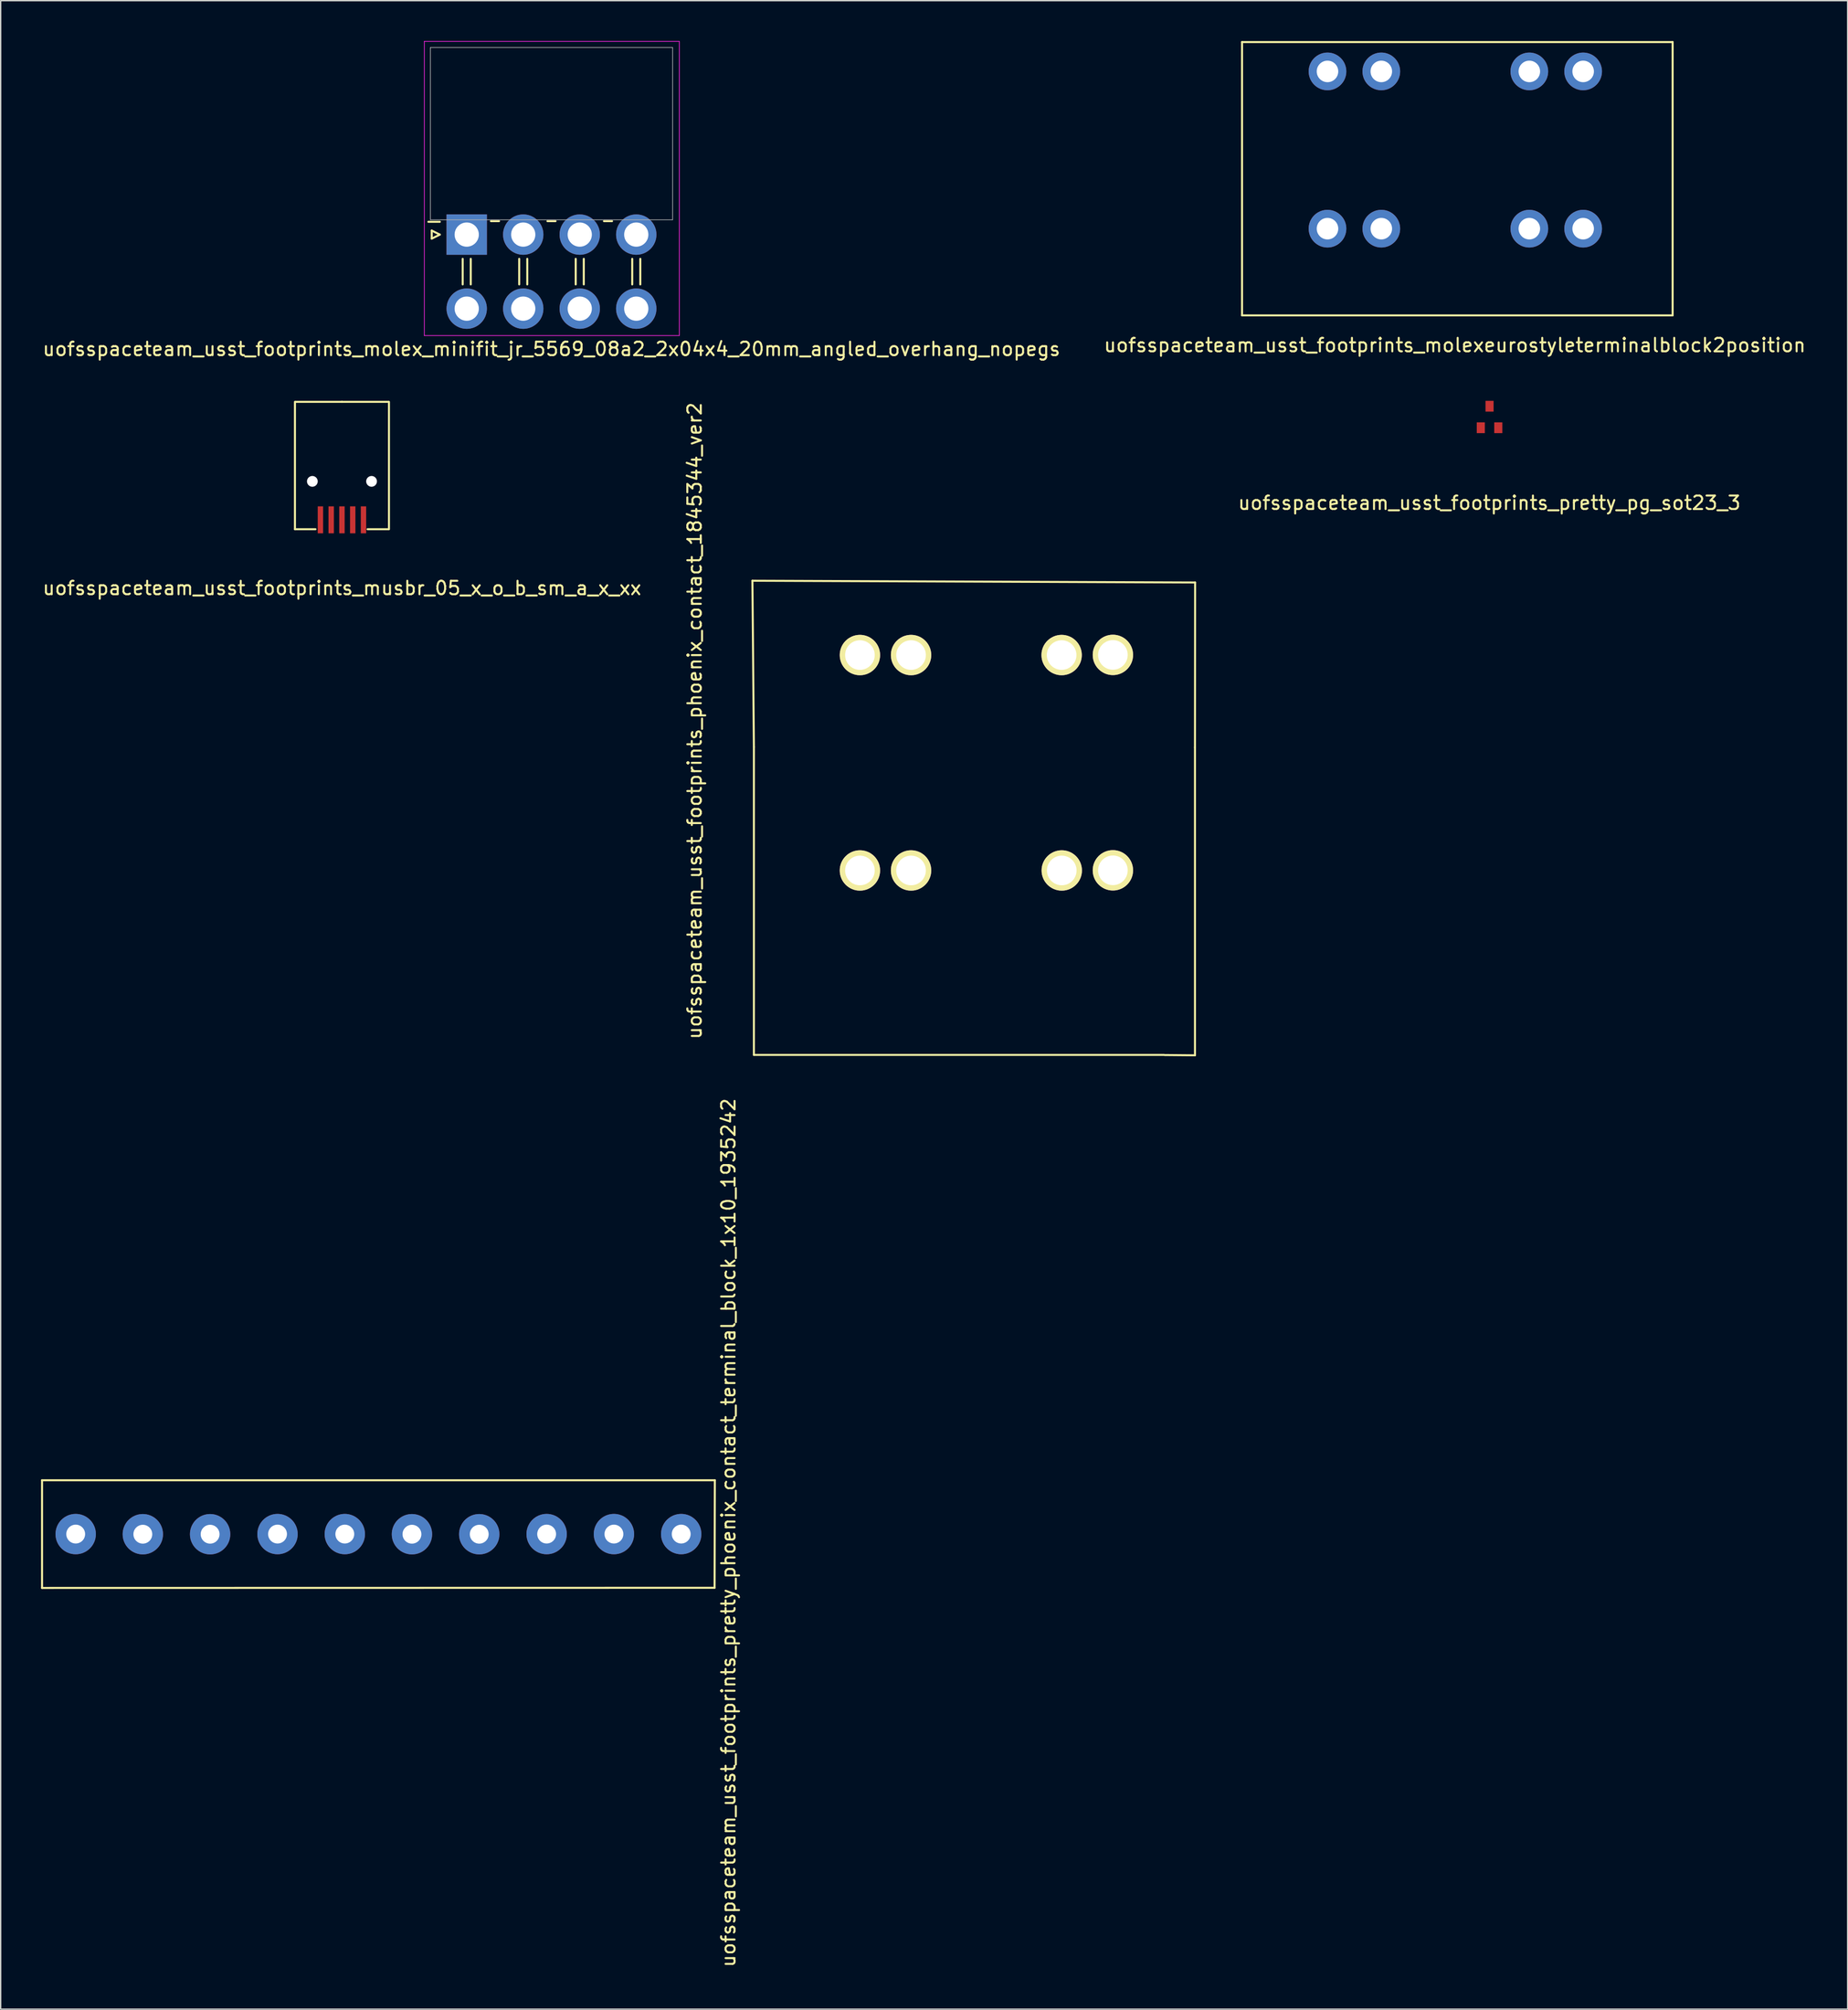
<source format=kicad_pcb>
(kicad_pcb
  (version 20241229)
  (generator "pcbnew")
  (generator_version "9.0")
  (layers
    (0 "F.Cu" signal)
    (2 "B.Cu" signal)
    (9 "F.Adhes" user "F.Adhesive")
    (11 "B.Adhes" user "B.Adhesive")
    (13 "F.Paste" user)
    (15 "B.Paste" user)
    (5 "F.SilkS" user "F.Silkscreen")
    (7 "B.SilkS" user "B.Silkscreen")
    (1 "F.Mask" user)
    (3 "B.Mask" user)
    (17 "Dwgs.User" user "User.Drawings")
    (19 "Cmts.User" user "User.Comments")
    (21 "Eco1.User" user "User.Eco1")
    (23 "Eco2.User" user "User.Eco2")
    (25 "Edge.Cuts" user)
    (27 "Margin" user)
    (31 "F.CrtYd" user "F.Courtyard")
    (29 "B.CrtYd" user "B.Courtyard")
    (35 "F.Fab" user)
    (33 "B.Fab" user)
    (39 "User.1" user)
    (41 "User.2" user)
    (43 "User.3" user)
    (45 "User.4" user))
  (footprint "uofsspaceteam_usst_footprints_molexeurostyleterminalblock2position"
    (layer "F.Cu")
    (at 105.255 20.375)
    (property "Reference" "uofsspaceteam_usst_footprints_molexeurostyleterminalblock2position" (at -0.19 2.215 0) (layer "F.SilkS") (effects (font (size 1 1) (thickness 0.15))))
    (attr through_hole)
    (fp_line (start -16 0) (end -16 -20.3) (stroke (width 0.15) (type solid)) (layer "F.SilkS"))
    (fp_line (start 16 -20.3) (end -16 -20.3) (stroke (width 0.15) (type solid)) (layer "F.SilkS"))
    (fp_line (start 16 0) (end -16 0) (stroke (width 0.15) (type solid)) (layer "F.SilkS"))
    (fp_line (start 16 0) (end 16 -20.3) (stroke (width 0.15) (type solid)) (layer "F.SilkS"))
    (pad "1" thru_hole circle (at -9.65 -18.12) (size 2.8 2.8) (drill 1.6) (layers "*.Cu" "*.Mask"))
    (pad "1" thru_hole circle (at -9.65 -6.44) (size 2.8 2.8) (drill 1.6) (layers "*.Cu" "*.Mask"))
    (pad "1" thru_hole circle (at -5.65 -18.12) (size 2.8 2.8) (drill 1.6) (layers "*.Cu" "*.Mask"))
    (pad "1" thru_hole circle (at -5.65 -6.44) (size 2.8 2.8) (drill 1.6) (layers "*.Cu" "*.Mask"))
    (pad "2" thru_hole circle (at 5.35 -18.12) (size 2.8 2.8) (drill 1.6) (layers "*.Cu" "*.Mask"))
    (pad "2" thru_hole circle (at 5.35 -6.44) (size 2.8 2.8) (drill 1.6) (layers "*.Cu" "*.Mask"))
    (pad "2" thru_hole circle (at 9.35 -18.12) (size 2.8 2.8) (drill 1.6) (layers "*.Cu" "*.Mask"))
    (pad "2" thru_hole circle (at 9.35 -6.44) (size 2.8 2.8) (drill 1.6) (layers "*.Cu" "*.Mask")))
  (footprint "uofsspaceteam_usst_footprints_musbr_05_x_o_b_sm_a_x_xx"
    (layer "F.Cu")
    (at 22.363 40.133)
    (property "Reference" "uofsspaceteam_usst_footprints_musbr_05_x_o_b_sm_a_x_xx" (at 0 0.5 0) (layer "F.SilkS") (effects (font (size 1 1) (thickness 0.15))))
    (attr through_hole)
    (fp_line (start -3.493 -13.335) (end -3.493 -3.873) (stroke (width 0.15) (type solid)) (layer "F.SilkS"))
    (fp_line (start -3.493 -3.873) (end -1.968 -3.873) (stroke (width 0.15) (type solid)) (layer "F.SilkS"))
    (fp_line (start -3.45 -13.335) (end 0 -13.335) (stroke (width 0.15) (type solid)) (layer "F.SilkS"))
    (fp_line (start 0 -13.335) (end 3.45 -13.335) (stroke (width 0.15) (type solid)) (layer "F.SilkS"))
    (fp_line (start 1.905 -3.873) (end 3.493 -3.873) (stroke (width 0.15) (type solid)) (layer "F.SilkS"))
    (fp_line (start 3.493 -13.335) (end 3.493 -3.935) (stroke (width 0.15) (type solid)) (layer "F.SilkS"))
    (pad "" np_thru_hole circle (at -2.2 -7.429) (size 0.8 0.8) (drill 0.8) (layers "*.Cu" "*.Mask"))
    (pad "" np_thru_hole circle (at 2.2 -7.429) (size 0.8 0.8) (drill 0.8) (layers "*.Cu" "*.Mask"))
    (pad "1" smd rect (at -1.6 -4.572) (size 0.4 2) (layers "F.Cu" "F.Mask" "F.Paste"))
    (pad "2" smd rect (at -0.8 -4.572) (size 0.4 2) (layers "F.Cu" "F.Mask" "F.Paste"))
    (pad "3" smd rect (at 0 -4.572) (size 0.4 2) (layers "F.Cu" "F.Mask" "F.Paste"))
    (pad "4" smd rect (at 0.8 -4.572) (size 0.4 2) (layers "F.Cu" "F.Mask" "F.Paste"))
    (pad "5" smd rect (at 1.6 -4.572) (size 0.4 2) (layers "F.Cu" "F.Mask" "F.Paste")))
  (footprint "uofsspaceteam_usst_footprints_molex_minifit_jr_5569_08a2_2x04x4_20mm_angled_overhang_nopegs"
    (layer "F.Cu")
    (at 31.635 14.375)
    (property "Reference" "uofsspaceteam_usst_footprints_molex_minifit_jr_5569_08a2_2x04x4_20mm_angled_overhang_nopegs" (at 6.3 8.5 0) (layer "F.SilkS") (effects (font (size 1 1) (thickness 0.15))))
    (attr through_hole)
    (fp_line (start -2.6 -0.3) (end -2 0) (stroke (width 0.15) (type solid)) (layer "F.SilkS"))
    (fp_line (start -2.6 0.3) (end -2.6 -0.3) (stroke (width 0.15) (type solid)) (layer "F.SilkS"))
    (fp_line (start -2 -0.95) (end -2.85 -0.95) (stroke (width 0.15) (type solid)) (layer "F.SilkS"))
    (fp_line (start -2 0) (end -2.6 0.3) (stroke (width 0.15) (type solid)) (layer "F.SilkS"))
    (fp_line (start -0.3 1.8) (end -0.3 3.7) (stroke (width 0.15) (type solid)) (layer "F.SilkS"))
    (fp_line (start 0.3 1.8) (end 0.3 3.7) (stroke (width 0.15) (type solid)) (layer "F.SilkS"))
    (fp_line (start 1.8 -1) (end 2.4 -1) (stroke (width 0.15) (type solid)) (layer "F.SilkS"))
    (fp_line (start 3.9 1.8) (end 3.9 3.7) (stroke (width 0.15) (type solid)) (layer "F.SilkS"))
    (fp_line (start 4.5 1.8) (end 4.5 3.7) (stroke (width 0.15) (type solid)) (layer "F.SilkS"))
    (fp_line (start 6 -1) (end 6.6 -1) (stroke (width 0.15) (type solid)) (layer "F.SilkS"))
    (fp_line (start 8.1 1.8) (end 8.1 3.7) (stroke (width 0.15) (type solid)) (layer "F.SilkS"))
    (fp_line (start 8.7 1.8) (end 8.7 3.7) (stroke (width 0.15) (type solid)) (layer "F.SilkS"))
    (fp_line (start 10.2 -1) (end 10.8 -1) (stroke (width 0.15) (type solid)) (layer "F.SilkS"))
    (fp_line (start 12.3 1.8) (end 12.3 3.7) (stroke (width 0.15) (type solid)) (layer "F.SilkS"))
    (fp_line (start 12.9 1.8) (end 12.9 3.7) (stroke (width 0.15) (type solid)) (layer "F.SilkS"))
    (fp_line (start -3.15 -14.35) (end -3.15 7.5) (stroke (width 0.05) (type solid)) (layer "F.CrtYd"))
    (fp_line (start -3.15 7.5) (end 15.8 7.5) (stroke (width 0.05) (type solid)) (layer "F.CrtYd"))
    (fp_line (start 15.8 -14.35) (end -3.15 -14.35) (stroke (width 0.05) (type solid)) (layer "F.CrtYd"))
    (fp_line (start 15.8 7.5) (end 15.8 -14.35) (stroke (width 0.05) (type solid)) (layer "F.CrtYd"))
    (fp_line (start -2.7 -13.9) (end -2.7 -1.1) (stroke (width 0.05) (type solid)) (layer "F.Fab"))
    (fp_line (start -2.7 -1.1) (end 15.3 -1.1) (stroke (width 0.05) (type solid)) (layer "F.Fab"))
    (fp_line (start 15.3 -13.9) (end -2.7 -13.9) (stroke (width 0.05) (type solid)) (layer "F.Fab"))
    (fp_line (start 15.3 -1.1) (end 15.3 -13.9) (stroke (width 0.05) (type solid)) (layer "F.Fab"))
    (pad "1" thru_hole rect (at 0 0) (size 3 3) (drill 1.8) (layers "*.Cu" "*.Mask"))
    (pad "2" thru_hole circle (at 4.2 0) (size 3 3) (drill 1.8) (layers "*.Cu" "*.Mask"))
    (pad "3" thru_hole circle (at 8.4 0) (size 3 3) (drill 1.8) (layers "*.Cu" "*.Mask"))
    (pad "4" thru_hole circle (at 12.6 0) (size 3 3) (drill 1.8) (layers "*.Cu" "*.Mask"))
    (pad "5" thru_hole circle (at 0 5.5) (size 3 3) (drill 1.8) (layers "*.Cu" "*.Mask"))
    (pad "6" thru_hole circle (at 4.2 5.5) (size 3 3) (drill 1.8) (layers "*.Cu" "*.Mask"))
    (pad "7" thru_hole circle (at 8.4 5.5) (size 3 3) (drill 1.8) (layers "*.Cu" "*.Mask"))
    (pad "8" thru_hole circle (at 12.6 5.5) (size 3 3) (drill 1.8) (layers "*.Cu" "*.Mask")))
  (footprint "uofsspaceteam_usst_footprints_pretty_pg_sot23_3"
    (layer "F.Cu")
    (at 107.634 33.803)
    (property "Reference" "uofsspaceteam_usst_footprints_pretty_pg_sot23_3" (at 0 0.5 0) (layer "F.SilkS") (effects (font (size 1 1) (thickness 0.15))))
    (attr through_hole)
    (pad "1" smd rect (at -0.635 -5.08) (size 0.6 0.8) (layers "F.Cu" "F.Mask" "F.Paste"))
    (pad "2" smd rect (at 0.665 -5.08) (size 0.6 0.8) (layers "F.Cu" "F.Mask" "F.Paste"))
    (pad "3" smd rect (at 0.015 -6.68) (size 0.6 0.8) (layers "F.Cu" "F.Mask" "F.Paste")))
  (footprint "uofsspaceteam_usst_footprints_pretty_phoenix_contact_terminal_block_1x10_1935242"
    (layer "F.Cu")
    (at 25.075 110.897)
    (property "Reference" "uofsspaceteam_usst_footprints_pretty_phoenix_contact_terminal_block_1x10_1935242" (at 26.01 -0.1 90) (layer "F.SilkS") (effects (font (size 1 1) (thickness 0.15))))
    (attr through_hole)
    (fp_line (start -25 -4) (end 25 -4) (stroke (width 0.15) (type solid)) (layer "F.SilkS"))
    (fp_line (start -25 4) (end -25 -4) (stroke (width 0.15) (type solid)) (layer "F.SilkS"))
    (fp_line (start 24.98 3.99) (end -25 4) (stroke (width 0.15) (type solid)) (layer "F.SilkS"))
    (fp_line (start 25 -4) (end 24.98 3.99) (stroke (width 0.15) (type solid)) (layer "F.SilkS"))
    (pad "1" thru_hole circle (at -22.5 0) (size 3 3) (drill 1.4) (layers "*.Cu" "*.Mask"))
    (pad "2" thru_hole circle (at -17.51 0.01) (size 3 3) (drill 1.4) (layers "*.Cu" "*.Mask"))
    (pad "3" thru_hole circle (at -12.51 0.01) (size 3 3) (drill 1.4) (layers "*.Cu" "*.Mask"))
    (pad "4" thru_hole circle (at -7.5 0) (size 3 3) (drill 1.4) (layers "*.Cu" "*.Mask"))
    (pad "5" thru_hole circle (at -2.5 0) (size 3 3) (drill 1.4) (layers "*.Cu" "*.Mask"))
    (pad "6" thru_hole circle (at 2.49 0.01) (size 3 3) (drill 1.4) (layers "*.Cu" "*.Mask"))
    (pad "7" thru_hole circle (at 7.49 0.01) (size 3 3) (drill 1.4) (layers "*.Cu" "*.Mask"))
    (pad "8" thru_hole circle (at 12.5 0) (size 3 3) (drill 1.4) (layers "*.Cu" "*.Mask"))
    (pad "9" thru_hole circle (at 17.5 0) (size 3 3) (drill 1.4) (layers "*.Cu" "*.Mask"))
    (pad "10" thru_hole circle (at 22.5 0) (size 3 3) (drill 1.4) (layers "*.Cu" "*.Mask")))
  (footprint "uofsspaceteam_usst_footprints_phoenix_contact_1845344_ver2"
    (layer "F.Cu")
    (at 58.057 57.525)
    (property "Reference" "uofsspaceteam_usst_footprints_phoenix_contact_1845344_ver2" (at -9.483 -7.034 270) (layer "F.SilkS") (effects (font (size 1 1) (thickness 0.15))))
    (attr through_hole)
    (fp_line (start -5.19 -17.44) (end 27.71 -17.31) (stroke (width 0.15) (type solid)) (layer "F.SilkS"))
    (fp_line (start -5.08 -5.1) (end -5.19 -17.44) (stroke (width 0.15) (type solid)) (layer "F.SilkS"))
    (fp_line (start -5.08 17.78) (end -5.08 -5.08) (stroke (width 0.15) (type solid)) (layer "F.SilkS"))
    (fp_line (start 25.4 17.78) (end -5.08 17.78) (stroke (width 0.15) (type solid)) (layer "F.SilkS"))
    (fp_line (start 25.45 17.79) (end 27.7 17.81) (stroke (width 0.15) (type solid)) (layer "F.SilkS"))
    (fp_line (start 27.7 -5.07) (end 27.71 -17.31) (stroke (width 0.15) (type solid)) (layer "F.SilkS"))
    (fp_line (start 27.7 -5.05) (end 27.7 17.81) (stroke (width 0.15) (type solid)) (layer "F.SilkS"))
    (pad "1" thru_hole circle (at 2.8 -11.92) (size 3 3) (drill 2.2) (layers "*.Cu" "*.Mask" "F.SilkS"))
    (pad "1" thru_hole circle (at 2.8 4.08) (size 3 3) (drill 2.2) (layers "*.Cu" "*.Mask" "F.SilkS"))
    (pad "1" thru_hole circle (at 6.6 -11.92) (size 3 3) (drill 2.2) (layers "*.Cu" "*.Mask" "F.SilkS"))
    (pad "1" thru_hole circle (at 6.6 4.08) (size 3 3) (drill 2.2) (layers "*.Cu" "*.Mask" "F.SilkS"))
    (pad "2" thru_hole circle (at 17.79 -11.92) (size 3 3) (drill 2.2) (layers "*.Cu" "*.Mask" "F.SilkS"))
    (pad "2" thru_hole circle (at 17.8 4.08) (size 3 3) (drill 2.2) (layers "*.Cu" "*.Mask" "F.SilkS"))
    (pad "2" thru_hole circle (at 21.6 -11.93) (size 3 3) (drill 2.2) (layers "*.Cu" "*.Mask" "F.SilkS"))
    (pad "2" thru_hole circle (at 21.6 4.07) (size 3 3) (drill 2.2) (layers "*.Cu" "*.Mask" "F.SilkS")))
  (gr_rect
    (start -3 -3)
    (end 134.262 146.184)
    (stroke (width 0.1) (type default))
    (fill no)
    (layer "Edge.Cuts")))
</source>
